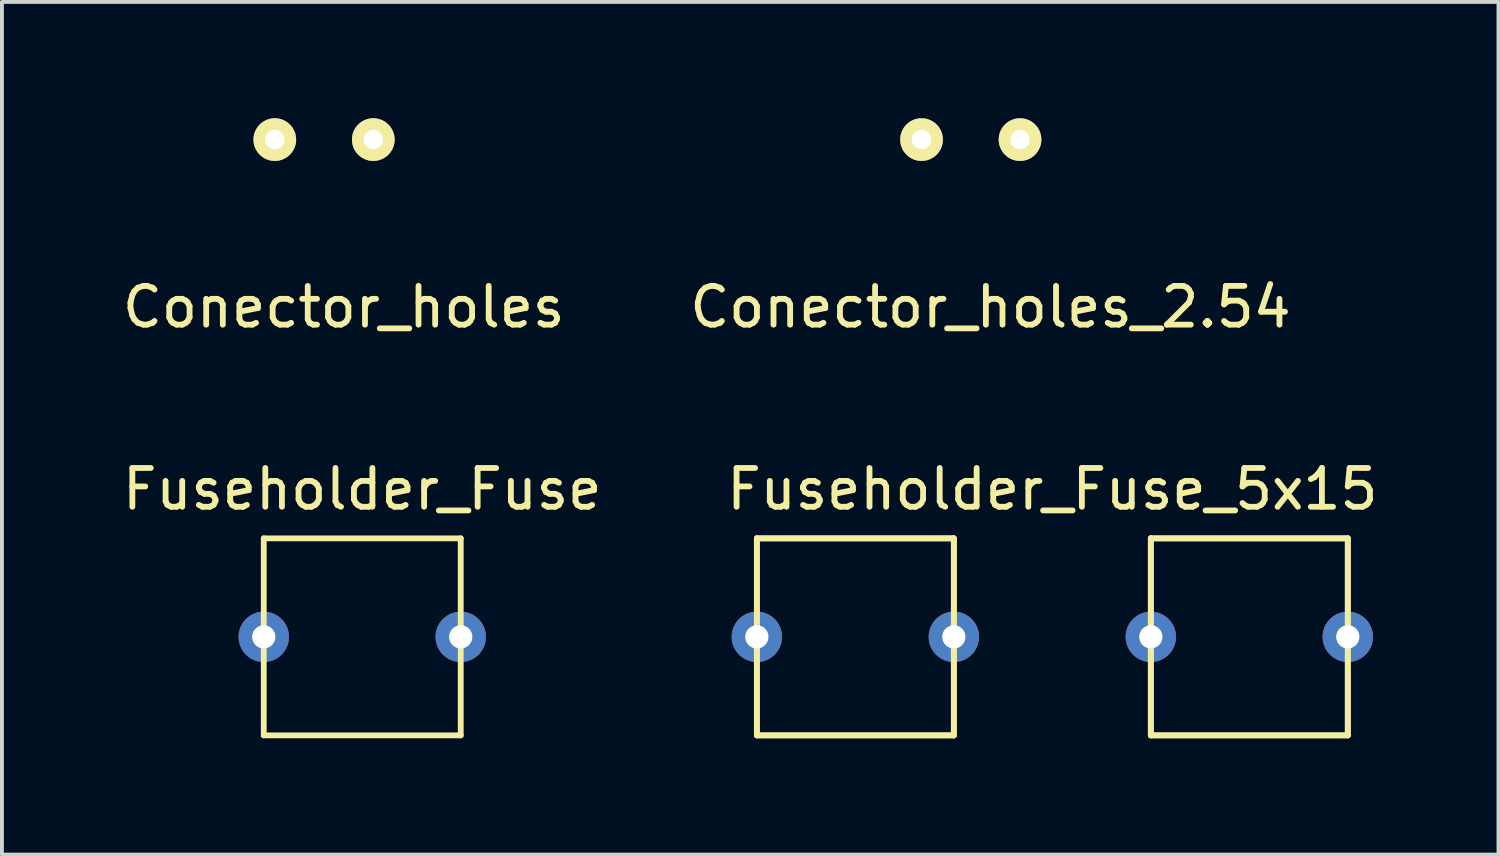
<source format=kicad_pcb>
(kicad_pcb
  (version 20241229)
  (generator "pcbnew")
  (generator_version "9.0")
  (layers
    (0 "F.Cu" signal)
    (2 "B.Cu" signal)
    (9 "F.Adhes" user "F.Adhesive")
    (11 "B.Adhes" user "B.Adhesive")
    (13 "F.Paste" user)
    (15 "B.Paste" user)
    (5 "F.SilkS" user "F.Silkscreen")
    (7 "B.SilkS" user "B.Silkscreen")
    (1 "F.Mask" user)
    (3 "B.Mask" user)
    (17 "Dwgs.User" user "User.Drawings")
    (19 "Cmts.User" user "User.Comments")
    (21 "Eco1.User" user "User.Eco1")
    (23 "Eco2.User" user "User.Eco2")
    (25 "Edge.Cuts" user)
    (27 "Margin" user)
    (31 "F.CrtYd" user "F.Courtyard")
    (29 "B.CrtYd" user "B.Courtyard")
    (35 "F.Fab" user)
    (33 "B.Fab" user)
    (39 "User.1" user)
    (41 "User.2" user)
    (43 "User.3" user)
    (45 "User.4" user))
  (footprint "Conector_holes"
    (layer "F.Cu")
    (at 5.307 0.55)
    (property "Reference" "Conector_holes" (at 0.508 4.318 0) (layer "F.SilkS") (effects (font (size 1 1) (thickness 0.15))))
    (attr through_hole)
    (pad "1" thru_hole circle (at -1.27 0) (size 1.1 1.1) (drill 0.5) (layers "*.Cu" "*.Mask" "F.SilkS"))
    (pad "2" thru_hole circle (at 1.27 0) (size 1.1 1.1) (drill 0.5) (layers "*.Cu" "*.Mask" "F.SilkS")))
  (footprint "Fuseholder_Fuse_5x15"
    (layer "F.Cu")
    (at 24.089 13.374)
    (property "Reference" "Fuseholder_Fuse_5x15" (at 0 -3.81 0) (layer "F.SilkS") (effects (font (size 1 1) (thickness 0.15))))
    (attr through_hole)
    (fp_line (start -7.62 -2.54) (end -2.54 -2.54) (stroke (width 0.15) (type solid)) (layer "F.SilkS"))
    (fp_line (start -7.62 -2.54) (end -2.54 -2.54) (stroke (width 0.15) (type solid)) (layer "F.SilkS"))
    (fp_line (start -7.62 0) (end -7.62 -2.54) (stroke (width 0.15) (type solid)) (layer "F.SilkS"))
    (fp_line (start -7.62 0) (end -7.62 -2.54) (stroke (width 0.15) (type solid)) (layer "F.SilkS"))
    (fp_line (start -7.62 2.54) (end -7.62 0) (stroke (width 0.15) (type solid)) (layer "F.SilkS"))
    (fp_line (start -7.62 2.54) (end -7.62 0) (stroke (width 0.15) (type solid)) (layer "F.SilkS"))
    (fp_line (start -2.54 -2.54) (end -2.54 0) (stroke (width 0.15) (type solid)) (layer "F.SilkS"))
    (fp_line (start -2.54 -2.54) (end -2.54 0) (stroke (width 0.15) (type solid)) (layer "F.SilkS"))
    (fp_line (start -2.54 0) (end -2.54 2.54) (stroke (width 0.15) (type solid)) (layer "F.SilkS"))
    (fp_line (start -2.54 0) (end -2.54 2.54) (stroke (width 0.15) (type solid)) (layer "F.SilkS"))
    (fp_line (start -2.54 2.54) (end -7.62 2.54) (stroke (width 0.15) (type solid)) (layer "F.SilkS"))
    (fp_line (start -2.54 2.54) (end -7.62 2.54) (stroke (width 0.15) (type solid)) (layer "F.SilkS"))
    (fp_line (start 2.54 -2.54) (end 7.62 -2.54) (stroke (width 0.15) (type solid)) (layer "F.SilkS"))
    (fp_line (start 2.54 -2.54) (end 7.62 -2.54) (stroke (width 0.15) (type solid)) (layer "F.SilkS"))
    (fp_line (start 2.54 0) (end 2.54 -2.54) (stroke (width 0.15) (type solid)) (layer "F.SilkS"))
    (fp_line (start 2.54 0) (end 2.54 -2.54) (stroke (width 0.15) (type solid)) (layer "F.SilkS"))
    (fp_line (start 2.54 2.54) (end 2.54 0) (stroke (width 0.15) (type solid)) (layer "F.SilkS"))
    (fp_line (start 2.54 2.54) (end 2.54 0) (stroke (width 0.15) (type solid)) (layer "F.SilkS"))
    (fp_line (start 7.62 -2.54) (end 7.62 0) (stroke (width 0.15) (type solid)) (layer "F.SilkS"))
    (fp_line (start 7.62 -2.54) (end 7.62 0) (stroke (width 0.15) (type solid)) (layer "F.SilkS"))
    (fp_line (start 7.62 0) (end 7.62 2.54) (stroke (width 0.15) (type solid)) (layer "F.SilkS"))
    (fp_line (start 7.62 0) (end 7.62 2.54) (stroke (width 0.15) (type solid)) (layer "F.SilkS"))
    (fp_line (start 7.62 2.54) (end 2.54 2.54) (stroke (width 0.15) (type solid)) (layer "F.SilkS"))
    (fp_line (start 7.62 2.54) (end 2.54 2.54) (stroke (width 0.15) (type solid)) (layer "F.SilkS"))
    (pad "1" thru_hole circle (at -7.62 0) (size 1.3 1.3) (drill 0.6) (layers "*.Cu" "*.Mask"))
    (pad "1" thru_hole circle (at -2.54 0) (size 1.3 1.3) (drill 0.6) (layers "*.Cu" "*.Mask"))
    (pad "2" thru_hole circle (at 2.54 0) (size 1.3 1.3) (drill 0.6) (layers "*.Cu" "*.Mask"))
    (pad "2" thru_hole circle (at 7.62 0) (size 1.3 1.3) (drill 0.6) (layers "*.Cu" "*.Mask")))
  (footprint "Fuseholder_Fuse"
    (layer "F.Cu")
    (at 6.292 13.374)
    (property "Reference" "Fuseholder_Fuse" (at 0 -3.81 0) (layer "F.SilkS") (effects (font (size 1 1) (thickness 0.15))))
    (attr through_hole)
    (fp_line (start -2.54 -2.54) (end 2.54 -2.54) (stroke (width 0.15) (type solid)) (layer "F.SilkS"))
    (fp_line (start -2.54 0) (end -2.54 -2.54) (stroke (width 0.15) (type solid)) (layer "F.SilkS"))
    (fp_line (start -2.54 2.54) (end -2.54 0) (stroke (width 0.15) (type solid)) (layer "F.SilkS"))
    (fp_line (start 2.54 -2.54) (end 2.54 0) (stroke (width 0.15) (type solid)) (layer "F.SilkS"))
    (fp_line (start 2.54 0) (end 2.54 2.54) (stroke (width 0.15) (type solid)) (layer "F.SilkS"))
    (fp_line (start 2.54 2.54) (end -2.54 2.54) (stroke (width 0.15) (type solid)) (layer "F.SilkS"))
    (pad "1" thru_hole circle (at -2.54 0) (size 1.3 1.3) (drill 0.6) (layers "*.Cu" "*.Mask"))
    (pad "2" thru_hole circle (at 2.54 0) (size 1.3 1.3) (drill 0.6) (layers "*.Cu" "*.Mask")))
  (footprint "Conector_holes_2.54"
    (layer "F.Cu")
    (at 21.986 0.55)
    (property "Reference" "Conector_holes_2.54" (at 0.508 4.318 0) (layer "F.SilkS") (effects (font (size 1 1) (thickness 0.15))))
    (attr through_hole)
    (pad "1" thru_hole circle (at -1.27 0) (size 1.1 1.1) (drill 0.5) (layers "*.Cu" "*.Mask" "F.SilkS"))
    (pad "2" thru_hole circle (at 1.27 0) (size 1.1 1.1) (drill 0.5) (layers "*.Cu" "*.Mask" "F.SilkS")))
  (gr_rect
    (start -3 -3)
    (end 35.595 18.989)
    (stroke (width 0.1) (type default))
    (fill no)
    (layer "Edge.Cuts")))
</source>
